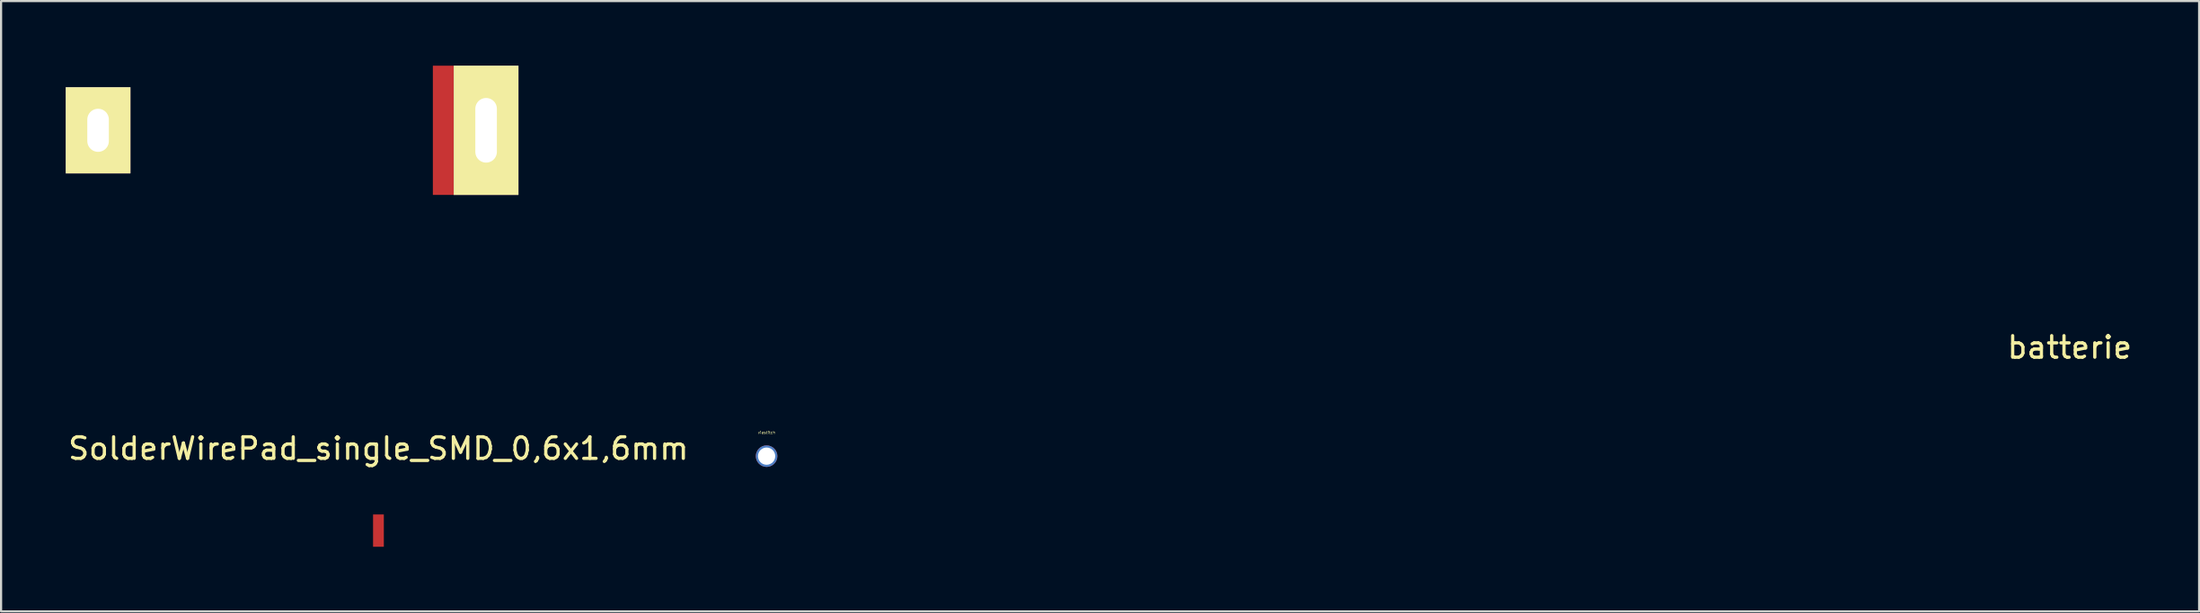
<source format=kicad_pcb>
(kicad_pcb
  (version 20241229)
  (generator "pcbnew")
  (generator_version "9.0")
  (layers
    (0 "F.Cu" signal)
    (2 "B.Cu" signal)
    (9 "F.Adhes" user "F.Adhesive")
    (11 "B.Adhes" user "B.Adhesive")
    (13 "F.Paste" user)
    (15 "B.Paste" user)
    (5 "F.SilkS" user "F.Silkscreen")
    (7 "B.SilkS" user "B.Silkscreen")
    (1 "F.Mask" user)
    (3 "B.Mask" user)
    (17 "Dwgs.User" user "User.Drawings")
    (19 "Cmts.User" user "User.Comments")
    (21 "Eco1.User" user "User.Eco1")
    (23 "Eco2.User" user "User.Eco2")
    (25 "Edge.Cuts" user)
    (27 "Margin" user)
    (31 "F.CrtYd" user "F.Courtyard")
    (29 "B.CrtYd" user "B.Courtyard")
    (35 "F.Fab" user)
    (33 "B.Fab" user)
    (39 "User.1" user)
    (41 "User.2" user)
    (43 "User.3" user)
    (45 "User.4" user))
  (footprint "viastitch"
    (layer "F.Cu")
    (at 32.512 18.13)
    (property "Reference" "viastitch" (at 0 -1.1 0) (layer "F.SilkS") (effects (font (size 0.127 0.127) (thickness 0.000001))))
    (attr through_hole)
    (pad "1" thru_hole circle (at 0 0) (size 1 1) (drill 0.8) (layers "*.Cu")))
  (footprint "batterie"
    (layer "F.Cu")
    (at 1.5 3)
    (property "Reference" "batterie" (at 91.46 10.08 0) (layer "F.SilkS") (effects (font (size 1 1) (thickness 0.15))))
    (attr through_hole)
    (pad "1" connect rect (at 16.03 0) (size 1 6) (layers "F.Cu" "F.Mask"))
    (pad "1" thru_hole rect (at 18 0) (size 3 6) (drill oval 1 3) (layers "*.Cu" "*.Mask" "F.SilkS"))
    (pad "2" thru_hole rect (at 0 0) (size 3 4) (drill oval 1 2) (layers "*.Cu" "*.Mask" "F.SilkS")))
  (footprint "SolderWirePad_single_SMD_0,6x1,6mm"
    (layer "F.Cu")
    (at 14.506 21.587)
    (property "Reference" "SolderWirePad_single_SMD_0,6x1,6mm" (at 0 -3.81 0) (layer "F.SilkS") (effects (font (size 1 1) (thickness 0.15))))
    (attr smd)
    (pad "1" smd rect (at 0 0) (size 0.5 1.5) (layers "F.Cu" "F.Mask" "F.Paste")))
  (gr_rect
    (start -3 -3)
    (end 98.966 25.337)
    (stroke (width 0.1) (type default))
    (fill no)
    (layer "Edge.Cuts")))
</source>
